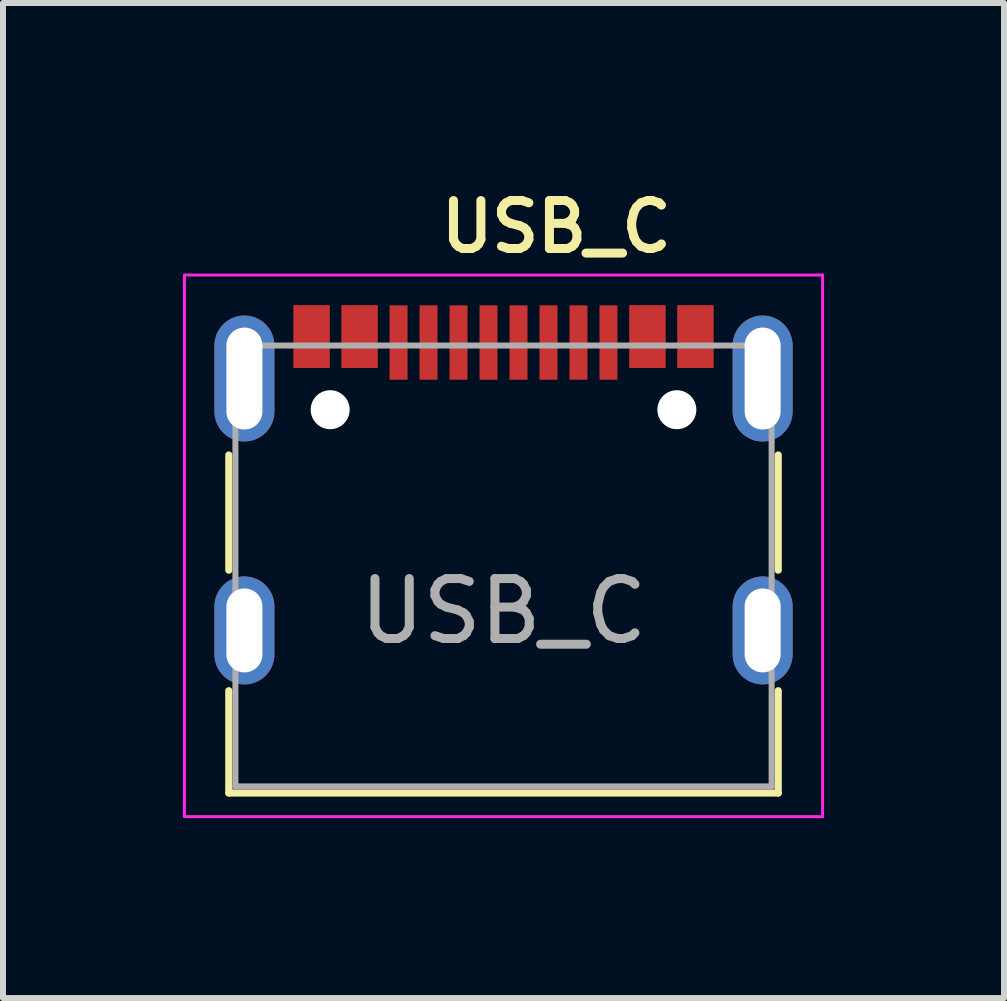
<source format=kicad_pcb>
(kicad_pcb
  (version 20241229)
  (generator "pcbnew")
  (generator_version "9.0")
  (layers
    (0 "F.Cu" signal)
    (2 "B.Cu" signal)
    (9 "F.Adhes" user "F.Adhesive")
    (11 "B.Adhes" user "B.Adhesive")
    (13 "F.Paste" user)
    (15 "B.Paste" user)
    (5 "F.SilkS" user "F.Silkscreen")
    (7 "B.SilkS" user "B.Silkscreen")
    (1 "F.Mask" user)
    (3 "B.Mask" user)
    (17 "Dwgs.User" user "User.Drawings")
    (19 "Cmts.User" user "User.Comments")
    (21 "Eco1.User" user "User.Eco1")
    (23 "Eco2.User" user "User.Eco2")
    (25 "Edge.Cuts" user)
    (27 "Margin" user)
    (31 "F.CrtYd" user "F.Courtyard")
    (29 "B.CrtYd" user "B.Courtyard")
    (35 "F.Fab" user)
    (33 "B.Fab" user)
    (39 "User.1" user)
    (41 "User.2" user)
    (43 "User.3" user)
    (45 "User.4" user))
  (footprint "USB_C"
    (layer "F.Cu")
    (at 5.345 6.386)
    (property "Reference" "USB_C" (at 0.88 -5.655 0) (layer "F.SilkS") (effects (font (size 0.8 0.8) (thickness 0.15))))
    (attr smd)
    (fp_line (start -4.58 -1.85) (end -4.58 0.07) (stroke (width 0.12) (type solid)) (layer "F.SilkS"))
    (fp_line (start -4.58 3.785) (end -4.58 2.08) (stroke (width 0.12) (type solid)) (layer "F.SilkS"))
    (fp_line (start 4.58 0.07) (end 4.58 -1.85) (stroke (width 0.12) (type solid)) (layer "F.SilkS"))
    (fp_line (start 4.58 2.08) (end 4.58 3.785) (stroke (width 0.12) (type solid)) (layer "F.SilkS"))
    (fp_line (start 4.58 3.785) (end -4.58 3.785) (stroke (width 0.12) (type solid)) (layer "F.SilkS"))
    (fp_line (start -5.32 -4.85) (end 5.32 -4.85) (stroke (width 0.05) (type solid)) (layer "F.CrtYd"))
    (fp_line (start -5.32 4.18) (end -5.32 -4.85) (stroke (width 0.05) (type solid)) (layer "F.CrtYd"))
    (fp_line (start 5.32 -4.85) (end 5.32 4.18) (stroke (width 0.05) (type solid)) (layer "F.CrtYd"))
    (fp_line (start 5.32 4.18) (end -5.32 4.18) (stroke (width 0.05) (type solid)) (layer "F.CrtYd"))
    (fp_line (start -4.47 -3.675) (end -4.47 3.675) (stroke (width 0.1) (type solid)) (layer "F.Fab"))
    (fp_line (start -4.47 -3.675) (end 4.47 -3.675) (stroke (width 0.1) (type solid)) (layer "F.Fab"))
    (fp_line (start -4.47 3.675) (end 4.47 3.675) (stroke (width 0.1) (type solid)) (layer "F.Fab"))
    (fp_line (start 4.47 3.675) (end 4.47 -3.675) (stroke (width 0.1) (type solid)) (layer "F.Fab"))
    (fp_text user "${REFERENCE}" (at 0 0.755 0) (layer "F.Fab") (effects (font (size 1 1) (thickness 0.15))))
    (pad "" np_thru_hole circle (at -2.89 -2.605) (size 0.65 0.65) (drill 0.65) (layers "*.Cu" "*.Mask"))
    (pad "" np_thru_hole circle (at 2.89 -2.605) (size 0.65 0.65) (drill 0.65) (layers "*.Cu" "*.Mask"))
    (pad "A1" smd rect (at -3.2 -3.824) (size 0.6 1.043) (layers "F.Cu" "F.Mask" "F.Paste"))
    (pad "A4" smd rect (at -2.4 -3.824) (size 0.6 1.043) (layers "F.Cu" "F.Mask" "F.Paste"))
    (pad "A5" smd rect (at -1.25 -3.725) (size 0.3 1.24) (layers "F.Cu" "F.Mask" "F.Paste"))
    (pad "A6" smd rect (at -0.25 -3.725) (size 0.3 1.24) (layers "F.Cu" "F.Mask" "F.Paste"))
    (pad "A7" smd rect (at 0.25 -3.725) (size 0.3 1.24) (layers "F.Cu" "F.Mask" "F.Paste"))
    (pad "A8" smd rect (at 1.25 -3.725) (size 0.3 1.24) (layers "F.Cu" "F.Mask" "F.Paste"))
    (pad "A9" smd rect (at 2.4 -3.824) (size 0.6 1.043) (layers "F.Cu" "F.Mask" "F.Paste"))
    (pad "A12" smd rect (at 3.2 -3.824) (size 0.6 1.043) (layers "F.Cu" "F.Mask" "F.Paste"))
    (pad "B1" smd rect (at 3.2 -3.824) (size 0.6 1.043) (layers "F.Cu" "F.Mask" "F.Paste"))
    (pad "B4" smd rect (at 2.4 -3.824) (size 0.6 1.043) (layers "F.Cu" "F.Mask" "F.Paste"))
    (pad "B5" smd rect (at 1.75 -3.725) (size 0.3 1.24) (layers "F.Cu" "F.Mask" "F.Paste"))
    (pad "B6" smd rect (at 0.75 -3.725) (size 0.3 1.24) (layers "F.Cu" "F.Mask" "F.Paste"))
    (pad "B7" smd rect (at -0.75 -3.725) (size 0.3 1.24) (layers "F.Cu" "F.Mask" "F.Paste"))
    (pad "B8" smd rect (at -1.75 -3.725) (size 0.3 1.24) (layers "F.Cu" "F.Mask" "F.Paste"))
    (pad "B9" smd rect (at -2.4 -3.824) (size 0.6 1.043) (layers "F.Cu" "F.Mask" "F.Paste"))
    (pad "B12" smd rect (at -3.2 -3.824) (size 0.6 1.043) (layers "F.Cu" "F.Mask" "F.Paste"))
    (pad "S1" thru_hole oval (at -4.32 -3.125) (size 1 2.1) (drill oval 0.6 1.7) (layers "*.Cu" "*.Mask"))
    (pad "S1" thru_hole oval (at -4.32 1.075) (size 1 1.8) (drill oval 0.6 1.4) (layers "*.Cu" "*.Mask"))
    (pad "S1" thru_hole oval (at 4.32 -3.125) (size 1 2.1) (drill oval 0.6 1.7) (layers "*.Cu" "*.Mask"))
    (pad "S1" thru_hole oval (at 4.32 1.075) (size 1 1.8) (drill oval 0.6 1.4) (layers "*.Cu" "*.Mask")))
  (gr_rect
    (start -3 -3)
    (end 13.69 13.591)
    (stroke (width 0.1) (type default))
    (fill no)
    (layer "Edge.Cuts")))
</source>
